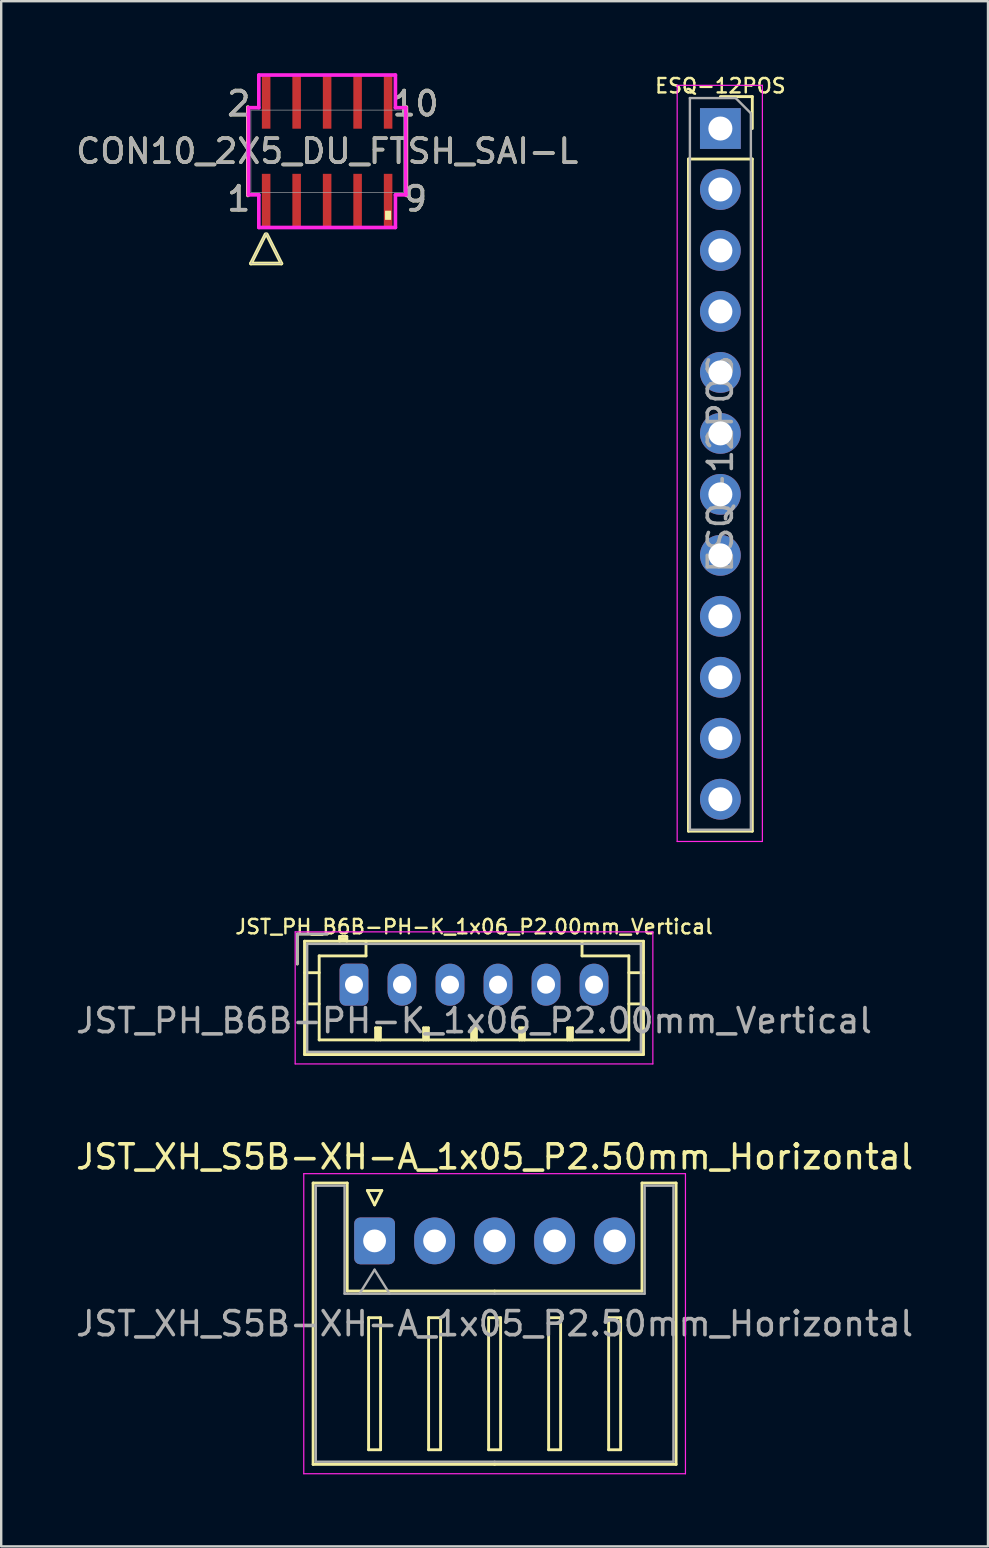
<source format=kicad_pcb>
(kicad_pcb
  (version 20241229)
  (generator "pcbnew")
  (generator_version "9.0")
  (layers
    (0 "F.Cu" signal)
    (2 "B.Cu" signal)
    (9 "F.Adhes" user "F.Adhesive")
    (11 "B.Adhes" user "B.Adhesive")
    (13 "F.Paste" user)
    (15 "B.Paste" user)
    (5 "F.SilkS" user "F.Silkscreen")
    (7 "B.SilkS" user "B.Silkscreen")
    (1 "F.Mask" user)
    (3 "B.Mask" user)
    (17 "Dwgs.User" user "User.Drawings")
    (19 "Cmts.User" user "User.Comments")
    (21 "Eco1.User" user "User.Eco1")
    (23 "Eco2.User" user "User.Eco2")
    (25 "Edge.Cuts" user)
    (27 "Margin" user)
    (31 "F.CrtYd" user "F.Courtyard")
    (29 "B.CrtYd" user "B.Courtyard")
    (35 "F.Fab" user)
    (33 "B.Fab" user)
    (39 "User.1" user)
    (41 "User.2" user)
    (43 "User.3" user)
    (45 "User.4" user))
  (footprint "JST_XH_S5B-XH-A_1x05_P2.50mm_Horizontal"
    (layer "F.Cu")
    (at 12.554 48.642)
    (property "Reference" "JST_XH_S5B-XH-A_1x05_P2.50mm_Horizontal" (at 5 -3.5 0) (layer "F.SilkS") (effects (font (size 1 1) (thickness 0.15))))
    (attr through_hole)
    (fp_line (start -2.56 -2.41) (end -1.14 -2.41) (stroke (width 0.12) (type solid)) (layer "F.SilkS"))
    (fp_line (start -2.56 9.31) (end -2.56 -2.41) (stroke (width 0.12) (type solid)) (layer "F.SilkS"))
    (fp_line (start -1.14 -2.41) (end -1.14 2.09) (stroke (width 0.12) (type solid)) (layer "F.SilkS"))
    (fp_line (start -1.14 2.09) (end 5 2.09) (stroke (width 0.12) (type solid)) (layer "F.SilkS"))
    (fp_line (start -0.3 -2.1) (end 0.3 -2.1) (stroke (width 0.12) (type solid)) (layer "F.SilkS"))
    (fp_line (start -0.25 3.2) (end -0.25 8.7) (stroke (width 0.12) (type solid)) (layer "F.SilkS"))
    (fp_line (start -0.25 8.7) (end 0.25 8.7) (stroke (width 0.12) (type solid)) (layer "F.SilkS"))
    (fp_line (start 0 -1.5) (end -0.3 -2.1) (stroke (width 0.12) (type solid)) (layer "F.SilkS"))
    (fp_line (start 0.25 3.2) (end -0.25 3.2) (stroke (width 0.12) (type solid)) (layer "F.SilkS"))
    (fp_line (start 0.25 8.7) (end 0.25 3.2) (stroke (width 0.12) (type solid)) (layer "F.SilkS"))
    (fp_line (start 0.3 -2.1) (end 0 -1.5) (stroke (width 0.12) (type solid)) (layer "F.SilkS"))
    (fp_line (start 2.25 3.2) (end 2.25 8.7) (stroke (width 0.12) (type solid)) (layer "F.SilkS"))
    (fp_line (start 2.25 8.7) (end 2.75 8.7) (stroke (width 0.12) (type solid)) (layer "F.SilkS"))
    (fp_line (start 2.75 3.2) (end 2.25 3.2) (stroke (width 0.12) (type solid)) (layer "F.SilkS"))
    (fp_line (start 2.75 8.7) (end 2.75 3.2) (stroke (width 0.12) (type solid)) (layer "F.SilkS"))
    (fp_line (start 4.75 3.2) (end 4.75 8.7) (stroke (width 0.12) (type solid)) (layer "F.SilkS"))
    (fp_line (start 4.75 8.7) (end 5.25 8.7) (stroke (width 0.12) (type solid)) (layer "F.SilkS"))
    (fp_line (start 5 9.31) (end -2.56 9.31) (stroke (width 0.12) (type solid)) (layer "F.SilkS"))
    (fp_line (start 5 9.31) (end 12.56 9.31) (stroke (width 0.12) (type solid)) (layer "F.SilkS"))
    (fp_line (start 5.25 3.2) (end 4.75 3.2) (stroke (width 0.12) (type solid)) (layer "F.SilkS"))
    (fp_line (start 5.25 8.7) (end 5.25 3.2) (stroke (width 0.12) (type solid)) (layer "F.SilkS"))
    (fp_line (start 7.25 3.2) (end 7.25 8.7) (stroke (width 0.12) (type solid)) (layer "F.SilkS"))
    (fp_line (start 7.25 8.7) (end 7.75 8.7) (stroke (width 0.12) (type solid)) (layer "F.SilkS"))
    (fp_line (start 7.75 3.2) (end 7.25 3.2) (stroke (width 0.12) (type solid)) (layer "F.SilkS"))
    (fp_line (start 7.75 8.7) (end 7.75 3.2) (stroke (width 0.12) (type solid)) (layer "F.SilkS"))
    (fp_line (start 9.75 3.2) (end 9.75 8.7) (stroke (width 0.12) (type solid)) (layer "F.SilkS"))
    (fp_line (start 9.75 8.7) (end 10.25 8.7) (stroke (width 0.12) (type solid)) (layer "F.SilkS"))
    (fp_line (start 10.25 3.2) (end 9.75 3.2) (stroke (width 0.12) (type solid)) (layer "F.SilkS"))
    (fp_line (start 10.25 8.7) (end 10.25 3.2) (stroke (width 0.12) (type solid)) (layer "F.SilkS"))
    (fp_line (start 11.14 -2.41) (end 11.14 2.09) (stroke (width 0.12) (type solid)) (layer "F.SilkS"))
    (fp_line (start 11.14 2.09) (end 5 2.09) (stroke (width 0.12) (type solid)) (layer "F.SilkS"))
    (fp_line (start 12.56 -2.41) (end 11.14 -2.41) (stroke (width 0.12) (type solid)) (layer "F.SilkS"))
    (fp_line (start 12.56 9.31) (end 12.56 -2.41) (stroke (width 0.12) (type solid)) (layer "F.SilkS"))
    (fp_line (start -2.95 -2.8) (end -2.95 9.7) (stroke (width 0.05) (type solid)) (layer "F.CrtYd"))
    (fp_line (start -2.95 9.7) (end 12.95 9.7) (stroke (width 0.05) (type solid)) (layer "F.CrtYd"))
    (fp_line (start 12.95 -2.8) (end -2.95 -2.8) (stroke (width 0.05) (type solid)) (layer "F.CrtYd"))
    (fp_line (start 12.95 9.7) (end 12.95 -2.8) (stroke (width 0.05) (type solid)) (layer "F.CrtYd"))
    (fp_line (start -2.45 -2.3) (end -1.25 -2.3) (stroke (width 0.1) (type solid)) (layer "F.Fab"))
    (fp_line (start -2.45 9.2) (end -2.45 -2.3) (stroke (width 0.1) (type solid)) (layer "F.Fab"))
    (fp_line (start -1.25 -2.3) (end -1.25 2.2) (stroke (width 0.1) (type solid)) (layer "F.Fab"))
    (fp_line (start -1.25 2.2) (end 5 2.2) (stroke (width 0.1) (type solid)) (layer "F.Fab"))
    (fp_line (start -0.625 2.2) (end 0 1.2) (stroke (width 0.1) (type solid)) (layer "F.Fab"))
    (fp_line (start 0 1.2) (end 0.625 2.2) (stroke (width 0.1) (type solid)) (layer "F.Fab"))
    (fp_line (start 5 9.2) (end -2.45 9.2) (stroke (width 0.1) (type solid)) (layer "F.Fab"))
    (fp_line (start 5 9.2) (end 12.45 9.2) (stroke (width 0.1) (type solid)) (layer "F.Fab"))
    (fp_line (start 11.25 -2.3) (end 11.25 2.2) (stroke (width 0.1) (type solid)) (layer "F.Fab"))
    (fp_line (start 11.25 2.2) (end 5 2.2) (stroke (width 0.1) (type solid)) (layer "F.Fab"))
    (fp_line (start 12.45 -2.3) (end 11.25 -2.3) (stroke (width 0.1) (type solid)) (layer "F.Fab"))
    (fp_line (start 12.45 9.2) (end 12.45 -2.3) (stroke (width 0.1) (type solid)) (layer "F.Fab"))
    (fp_text user "${REFERENCE}" (at 5 3.45 0) (layer "F.Fab") (effects (font (size 1 1) (thickness 0.15))))
    (pad "1" thru_hole roundrect (at 0 0) (size 1.7 1.95) (drill 0.95) (layers "*.Cu" "*.Mask") (roundrect_rratio 0.147))
    (pad "2" thru_hole oval (at 2.5 0) (size 1.7 1.95) (drill 0.95) (layers "*.Cu" "*.Mask"))
    (pad "3" thru_hole oval (at 5 0) (size 1.7 1.95) (drill 0.95) (layers "*.Cu" "*.Mask"))
    (pad "4" thru_hole oval (at 7.5 0) (size 1.7 1.95) (drill 0.95) (layers "*.Cu" "*.Mask"))
    (pad "5" thru_hole oval (at 10 0) (size 1.7 1.95) (drill 0.95) (layers "*.Cu" "*.Mask")))
  (footprint "ESQ-12POS"
    (layer "F.Cu")
    (at 26.959 2.304)
    (property "Reference" "ESQ-12POS" (at 0 -1.778 0) (layer "F.SilkS") (effects (font (size 0.6 0.6) (thickness 0.1))))
    (attr through_hole)
    (fp_line (start -1.33 1.27) (end -1.33 29.27) (stroke (width 0.12) (type solid)) (layer "F.SilkS"))
    (fp_line (start -1.33 1.27) (end 1.33 1.27) (stroke (width 0.12) (type solid)) (layer "F.SilkS"))
    (fp_line (start -1.33 29.27) (end 1.33 29.27) (stroke (width 0.12) (type solid)) (layer "F.SilkS"))
    (fp_line (start 0 -1.33) (end 1.33 -1.33) (stroke (width 0.12) (type solid)) (layer "F.SilkS"))
    (fp_line (start 1.33 -1.33) (end 1.33 0) (stroke (width 0.12) (type solid)) (layer "F.SilkS"))
    (fp_line (start 1.33 1.27) (end 1.33 29.27) (stroke (width 0.12) (type solid)) (layer "F.SilkS"))
    (fp_line (start -1.8 -1.8) (end 1.75 -1.8) (stroke (width 0.05) (type solid)) (layer "F.CrtYd"))
    (fp_line (start -1.8 29.7) (end -1.8 -1.8) (stroke (width 0.05) (type solid)) (layer "F.CrtYd"))
    (fp_line (start 1.75 -1.8) (end 1.75 29.7) (stroke (width 0.05) (type solid)) (layer "F.CrtYd"))
    (fp_line (start 1.75 29.7) (end -1.8 29.7) (stroke (width 0.05) (type solid)) (layer "F.CrtYd"))
    (fp_line (start -1.27 -1.27) (end 0.635 -1.27) (stroke (width 0.1) (type solid)) (layer "F.Fab"))
    (fp_line (start -1.27 29.21) (end -1.27 -1.27) (stroke (width 0.1) (type solid)) (layer "F.Fab"))
    (fp_line (start 0.635 -1.27) (end 1.27 -0.635) (stroke (width 0.1) (type solid)) (layer "F.Fab"))
    (fp_line (start 1.27 -0.635) (end 1.27 29.21) (stroke (width 0.1) (type solid)) (layer "F.Fab"))
    (fp_line (start 1.27 29.21) (end -1.27 29.21) (stroke (width 0.1) (type solid)) (layer "F.Fab"))
    (fp_text user "${REFERENCE}" (at 0 13.97 90) (layer "F.Fab") (effects (font (size 1 1) (thickness 0.15))))
    (pad "1" thru_hole rect (at 0 0) (size 1.7 1.7) (drill 1) (layers "*.Cu" "*.Mask"))
    (pad "2" thru_hole oval (at 0 2.54) (size 1.7 1.7) (drill 1) (layers "*.Cu" "*.Mask"))
    (pad "3" thru_hole oval (at 0 5.08) (size 1.7 1.7) (drill 1) (layers "*.Cu" "*.Mask"))
    (pad "4" thru_hole oval (at 0 7.62) (size 1.7 1.7) (drill 1) (layers "*.Cu" "*.Mask"))
    (pad "5" thru_hole oval (at 0 10.16) (size 1.7 1.7) (drill 1) (layers "*.Cu" "*.Mask"))
    (pad "6" thru_hole oval (at 0 12.7) (size 1.7 1.7) (drill 1) (layers "*.Cu" "*.Mask"))
    (pad "7" thru_hole oval (at 0 15.24) (size 1.7 1.7) (drill 1) (layers "*.Cu" "*.Mask"))
    (pad "8" thru_hole oval (at 0 17.78) (size 1.7 1.7) (drill 1) (layers "*.Cu" "*.Mask"))
    (pad "9" thru_hole oval (at 0 20.32) (size 1.7 1.7) (drill 1) (layers "*.Cu" "*.Mask"))
    (pad "10" thru_hole oval (at 0 22.86) (size 1.7 1.7) (drill 1) (layers "*.Cu" "*.Mask"))
    (pad "11" thru_hole oval (at 0 25.4) (size 1.7 1.7) (drill 1) (layers "*.Cu" "*.Mask"))
    (pad "12" thru_hole oval (at 0 27.94) (size 1.7 1.7) (drill 1) (layers "*.Cu" "*.Mask")))
  (footprint "CON10_2X5_DU_FTSH_SAI-L"
    (layer "F.Cu")
    (at 10.577 3.251)
    (property "Reference" "CON10_2X5_DU_FTSH_SAI-L" (at 0 0 0) (unlocked yes) (layer "F.SilkS") (effects (font (size 1 1) (thickness 0.15))))
    (attr smd)
    (fp_line (start -3.302 -1.841) (end -3.302 1.841) (stroke (width 0.152) (type solid)) (layer "F.SilkS"))
    (fp_line (start -3.175 4.676) (end -2.565 3.457) (stroke (width 0.152) (type solid)) (layer "F.SilkS"))
    (fp_line (start -2.515 3.457) (end -1.905 4.676) (stroke (width 0.152) (type solid)) (layer "F.SilkS"))
    (fp_line (start -1.905 4.676) (end -3.175 4.676) (stroke (width 0.152) (type solid)) (layer "F.SilkS"))
    (fp_line (start 3.302 1.841) (end 3.302 -1.841) (stroke (width 0.152) (type solid)) (layer "F.SilkS"))
    (fp_poly (pts (xy 2.413 2.477) (xy 2.413 2.857) (xy 2.667 2.857) (xy 2.667 2.477)) (stroke (width 0) (type solid)) (fill yes) (layer "F.SilkS"))
    (fp_line (start -3.277 -1.816) (end -2.845 -1.816) (stroke (width 0.152) (type solid)) (layer "F.CrtYd"))
    (fp_line (start -3.277 1.816) (end -3.277 -1.816) (stroke (width 0.152) (type solid)) (layer "F.CrtYd"))
    (fp_line (start -2.845 -1.816) (end -2.845 -3.175) (stroke (width 0.152) (type solid)) (layer "F.CrtYd"))
    (fp_line (start -2.845 1.816) (end -3.277 1.816) (stroke (width 0.152) (type solid)) (layer "F.CrtYd"))
    (fp_line (start -2.845 3.175) (end -2.845 1.816) (stroke (width 0.152) (type solid)) (layer "F.CrtYd"))
    (fp_line (start -2.845 3.175) (end 2.845 3.175) (stroke (width 0.152) (type solid)) (layer "F.CrtYd"))
    (fp_line (start 2.845 -3.175) (end -2.845 -3.175) (stroke (width 0.152) (type solid)) (layer "F.CrtYd"))
    (fp_line (start 2.845 -3.175) (end 2.845 -1.816) (stroke (width 0.152) (type solid)) (layer "F.CrtYd"))
    (fp_line (start 2.845 -1.816) (end 3.277 -1.816) (stroke (width 0.152) (type solid)) (layer "F.CrtYd"))
    (fp_line (start 2.845 1.816) (end 2.845 3.175) (stroke (width 0.152) (type solid)) (layer "F.CrtYd"))
    (fp_line (start 3.277 -1.816) (end 3.277 1.816) (stroke (width 0.152) (type solid)) (layer "F.CrtYd"))
    (fp_line (start 3.277 1.816) (end 2.845 1.816) (stroke (width 0.152) (type solid)) (layer "F.CrtYd"))
    (fp_line (start -3.175 -1.714) (end -3.175 1.714) (stroke (width 0.025) (type solid)) (layer "F.Fab"))
    (fp_line (start -3.175 1.714) (end 3.175 1.714) (stroke (width 0.025) (type solid)) (layer "F.Fab"))
    (fp_line (start -3.175 4.676) (end -2.54 3.406) (stroke (width 0.025) (type solid)) (layer "F.Fab"))
    (fp_line (start -2.54 3.406) (end -1.905 4.676) (stroke (width 0.025) (type solid)) (layer "F.Fab"))
    (fp_line (start -1.905 4.676) (end -3.175 4.676) (stroke (width 0.025) (type solid)) (layer "F.Fab"))
    (fp_line (start 3.175 -1.714) (end -3.175 -1.714) (stroke (width 0.025) (type solid)) (layer "F.Fab"))
    (fp_line (start 3.175 1.714) (end 3.175 -1.714) (stroke (width 0.025) (type solid)) (layer "F.Fab"))
    (fp_text user "10" (at 3.683 -1.981 0) (unlocked yes) (layer "F.SilkS") (effects (font (size 1 1) (thickness 0.15))))
    (fp_text user "9" (at 3.683 1.981 0) (unlocked yes) (layer "F.SilkS") (effects (font (size 1 1) (thickness 0.15))))
    (fp_text user "2" (at -3.683 -1.981 0) (unlocked yes) (layer "F.SilkS") (effects (font (size 1 1) (thickness 0.15))))
    (fp_text user "1" (at -3.683 1.981 0) (unlocked yes) (layer "F.SilkS") (effects (font (size 1 1) (thickness 0.15))))
    (fp_text user "2" (at -3.683 -1.981 0) (unlocked yes) (layer "F.Fab") (effects (font (size 1 1) (thickness 0.15))))
    (fp_text user "10" (at 3.683 -1.981 0) (unlocked yes) (layer "F.Fab") (effects (font (size 1 1) (thickness 0.15))))
    (fp_text user "9" (at 3.683 1.981 0) (unlocked yes) (layer "F.Fab") (effects (font (size 1 1) (thickness 0.15))))
    (fp_text user "1" (at -3.683 1.981 0) (unlocked yes) (layer "F.Fab") (effects (font (size 1 1) (thickness 0.15))))
    (fp_text user "${REFERENCE}" (at 0 0 0) (unlocked yes) (layer "F.Fab") (effects (font (size 1 1) (thickness 0.15))))
    (pad "1" smd rect (at -2.54 2.032) (size 0.356 2.184) (layers "F.Cu" "F.Mask" "F.Paste"))
    (pad "2" smd rect (at -2.54 -2.032) (size 0.356 2.184) (layers "F.Cu" "F.Mask" "F.Paste"))
    (pad "3" smd rect (at -1.27 2.032) (size 0.356 2.184) (layers "F.Cu" "F.Mask" "F.Paste"))
    (pad "4" smd rect (at -1.27 -2.032) (size 0.356 2.184) (layers "F.Cu" "F.Mask" "F.Paste"))
    (pad "5" smd rect (at 0 2.032) (size 0.356 2.184) (layers "F.Cu" "F.Mask" "F.Paste"))
    (pad "6" smd rect (at 0 -2.032) (size 0.356 2.184) (layers "F.Cu" "F.Mask" "F.Paste"))
    (pad "7" smd rect (at 1.27 2.032) (size 0.356 2.184) (layers "F.Cu" "F.Mask" "F.Paste"))
    (pad "8" smd rect (at 1.27 -2.032) (size 0.356 2.184) (layers "F.Cu" "F.Mask" "F.Paste"))
    (pad "9" smd rect (at 2.54 2.032) (size 0.356 2.184) (layers "F.Cu" "F.Mask" "F.Paste"))
    (pad "10" smd rect (at 2.54 -2.032) (size 0.356 2.184) (layers "F.Cu" "F.Mask" "F.Paste")))
  (footprint "JST_PH_B6B-PH-K_1x06_P2.00mm_Vertical"
    (layer "F.Cu")
    (at 11.696 37.969)
    (property "Reference" "JST_PH_B6B-PH-K_1x06_P2.00mm_Vertical" (at 5 -2.413 0) (layer "F.SilkS") (effects (font (size 0.6 0.6) (thickness 0.1))))
    (attr through_hole)
    (fp_line (start -2.36 -2.11) (end -2.36 -0.86) (stroke (width 0.12) (type solid)) (layer "F.SilkS"))
    (fp_line (start -2.06 -1.81) (end -2.06 2.91) (stroke (width 0.12) (type solid)) (layer "F.SilkS"))
    (fp_line (start -2.06 -0.5) (end -1.45 -0.5) (stroke (width 0.12) (type solid)) (layer "F.SilkS"))
    (fp_line (start -2.06 0.8) (end -1.45 0.8) (stroke (width 0.12) (type solid)) (layer "F.SilkS"))
    (fp_line (start -2.06 2.91) (end 12.06 2.91) (stroke (width 0.12) (type solid)) (layer "F.SilkS"))
    (fp_line (start -1.45 -1.2) (end -1.45 2.3) (stroke (width 0.12) (type solid)) (layer "F.SilkS"))
    (fp_line (start -1.45 2.3) (end 11.45 2.3) (stroke (width 0.12) (type solid)) (layer "F.SilkS"))
    (fp_line (start -1.11 -2.11) (end -2.36 -2.11) (stroke (width 0.12) (type solid)) (layer "F.SilkS"))
    (fp_line (start -0.6 -2.01) (end -0.6 -1.81) (stroke (width 0.12) (type solid)) (layer "F.SilkS"))
    (fp_line (start -0.3 -2.01) (end -0.6 -2.01) (stroke (width 0.12) (type solid)) (layer "F.SilkS"))
    (fp_line (start -0.3 -1.91) (end -0.6 -1.91) (stroke (width 0.12) (type solid)) (layer "F.SilkS"))
    (fp_line (start -0.3 -1.81) (end -0.3 -2.01) (stroke (width 0.12) (type solid)) (layer "F.SilkS"))
    (fp_line (start 0.5 -1.81) (end 0.5 -1.2) (stroke (width 0.12) (type solid)) (layer "F.SilkS"))
    (fp_line (start 0.5 -1.2) (end -1.45 -1.2) (stroke (width 0.12) (type solid)) (layer "F.SilkS"))
    (fp_line (start 0.9 1.8) (end 1.1 1.8) (stroke (width 0.12) (type solid)) (layer "F.SilkS"))
    (fp_line (start 0.9 2.3) (end 0.9 1.8) (stroke (width 0.12) (type solid)) (layer "F.SilkS"))
    (fp_line (start 1 2.3) (end 1 1.8) (stroke (width 0.12) (type solid)) (layer "F.SilkS"))
    (fp_line (start 1.1 1.8) (end 1.1 2.3) (stroke (width 0.12) (type solid)) (layer "F.SilkS"))
    (fp_line (start 2.9 1.8) (end 3.1 1.8) (stroke (width 0.12) (type solid)) (layer "F.SilkS"))
    (fp_line (start 2.9 2.3) (end 2.9 1.8) (stroke (width 0.12) (type solid)) (layer "F.SilkS"))
    (fp_line (start 3 2.3) (end 3 1.8) (stroke (width 0.12) (type solid)) (layer "F.SilkS"))
    (fp_line (start 3.1 1.8) (end 3.1 2.3) (stroke (width 0.12) (type solid)) (layer "F.SilkS"))
    (fp_line (start 4.9 1.8) (end 5.1 1.8) (stroke (width 0.12) (type solid)) (layer "F.SilkS"))
    (fp_line (start 4.9 2.3) (end 4.9 1.8) (stroke (width 0.12) (type solid)) (layer "F.SilkS"))
    (fp_line (start 5 2.3) (end 5 1.8) (stroke (width 0.12) (type solid)) (layer "F.SilkS"))
    (fp_line (start 5.1 1.8) (end 5.1 2.3) (stroke (width 0.12) (type solid)) (layer "F.SilkS"))
    (fp_line (start 6.9 1.8) (end 7.1 1.8) (stroke (width 0.12) (type solid)) (layer "F.SilkS"))
    (fp_line (start 6.9 2.3) (end 6.9 1.8) (stroke (width 0.12) (type solid)) (layer "F.SilkS"))
    (fp_line (start 7 2.3) (end 7 1.8) (stroke (width 0.12) (type solid)) (layer "F.SilkS"))
    (fp_line (start 7.1 1.8) (end 7.1 2.3) (stroke (width 0.12) (type solid)) (layer "F.SilkS"))
    (fp_line (start 8.9 1.8) (end 9.1 1.8) (stroke (width 0.12) (type solid)) (layer "F.SilkS"))
    (fp_line (start 8.9 2.3) (end 8.9 1.8) (stroke (width 0.12) (type solid)) (layer "F.SilkS"))
    (fp_line (start 9 2.3) (end 9 1.8) (stroke (width 0.12) (type solid)) (layer "F.SilkS"))
    (fp_line (start 9.1 1.8) (end 9.1 2.3) (stroke (width 0.12) (type solid)) (layer "F.SilkS"))
    (fp_line (start 9.5 -1.2) (end 9.5 -1.81) (stroke (width 0.12) (type solid)) (layer "F.SilkS"))
    (fp_line (start 11.45 -1.2) (end 9.5 -1.2) (stroke (width 0.12) (type solid)) (layer "F.SilkS"))
    (fp_line (start 11.45 2.3) (end 11.45 -1.2) (stroke (width 0.12) (type solid)) (layer "F.SilkS"))
    (fp_line (start 12.06 -1.81) (end -2.06 -1.81) (stroke (width 0.12) (type solid)) (layer "F.SilkS"))
    (fp_line (start 12.06 -0.5) (end 11.45 -0.5) (stroke (width 0.12) (type solid)) (layer "F.SilkS"))
    (fp_line (start 12.06 0.8) (end 11.45 0.8) (stroke (width 0.12) (type solid)) (layer "F.SilkS"))
    (fp_line (start 12.06 2.91) (end 12.06 -1.81) (stroke (width 0.12) (type solid)) (layer "F.SilkS"))
    (fp_line (start -2.45 -2.2) (end -2.45 3.3) (stroke (width 0.05) (type solid)) (layer "F.CrtYd"))
    (fp_line (start -2.45 3.3) (end 12.45 3.3) (stroke (width 0.05) (type solid)) (layer "F.CrtYd"))
    (fp_line (start 12.45 -2.2) (end -2.45 -2.2) (stroke (width 0.05) (type solid)) (layer "F.CrtYd"))
    (fp_line (start 12.45 3.3) (end 12.45 -2.2) (stroke (width 0.05) (type solid)) (layer "F.CrtYd"))
    (fp_line (start -2.36 -2.11) (end -2.36 -0.86) (stroke (width 0.1) (type solid)) (layer "F.Fab"))
    (fp_line (start -1.95 -1.7) (end -1.95 2.8) (stroke (width 0.1) (type solid)) (layer "F.Fab"))
    (fp_line (start -1.95 2.8) (end 11.95 2.8) (stroke (width 0.1) (type solid)) (layer "F.Fab"))
    (fp_line (start -1.11 -2.11) (end -2.36 -2.11) (stroke (width 0.1) (type solid)) (layer "F.Fab"))
    (fp_line (start 11.95 -1.7) (end -1.95 -1.7) (stroke (width 0.1) (type solid)) (layer "F.Fab"))
    (fp_line (start 11.95 2.8) (end 11.95 -1.7) (stroke (width 0.1) (type solid)) (layer "F.Fab"))
    (fp_text user "${REFERENCE}" (at 5 1.5 0) (layer "F.Fab") (effects (font (size 1 1) (thickness 0.15))))
    (pad "1" thru_hole roundrect (at 0 0) (size 1.2 1.75) (drill 0.75) (layers "*.Cu" "*.Mask") (roundrect_rratio 0.208))
    (pad "2" thru_hole oval (at 2 0) (size 1.2 1.75) (drill 0.75) (layers "*.Cu" "*.Mask"))
    (pad "3" thru_hole oval (at 4 0) (size 1.2 1.75) (drill 0.75) (layers "*.Cu" "*.Mask"))
    (pad "4" thru_hole oval (at 6 0) (size 1.2 1.75) (drill 0.75) (layers "*.Cu" "*.Mask"))
    (pad "5" thru_hole oval (at 8 0) (size 1.2 1.75) (drill 0.75) (layers "*.Cu" "*.Mask"))
    (pad "6" thru_hole oval (at 10 0) (size 1.2 1.75) (drill 0.75) (layers "*.Cu" "*.Mask")))
  (gr_rect
    (start -3 -3)
    (end 38.107 61.367)
    (stroke (width 0.1) (type default))
    (fill no)
    (layer "Edge.Cuts")))
</source>
